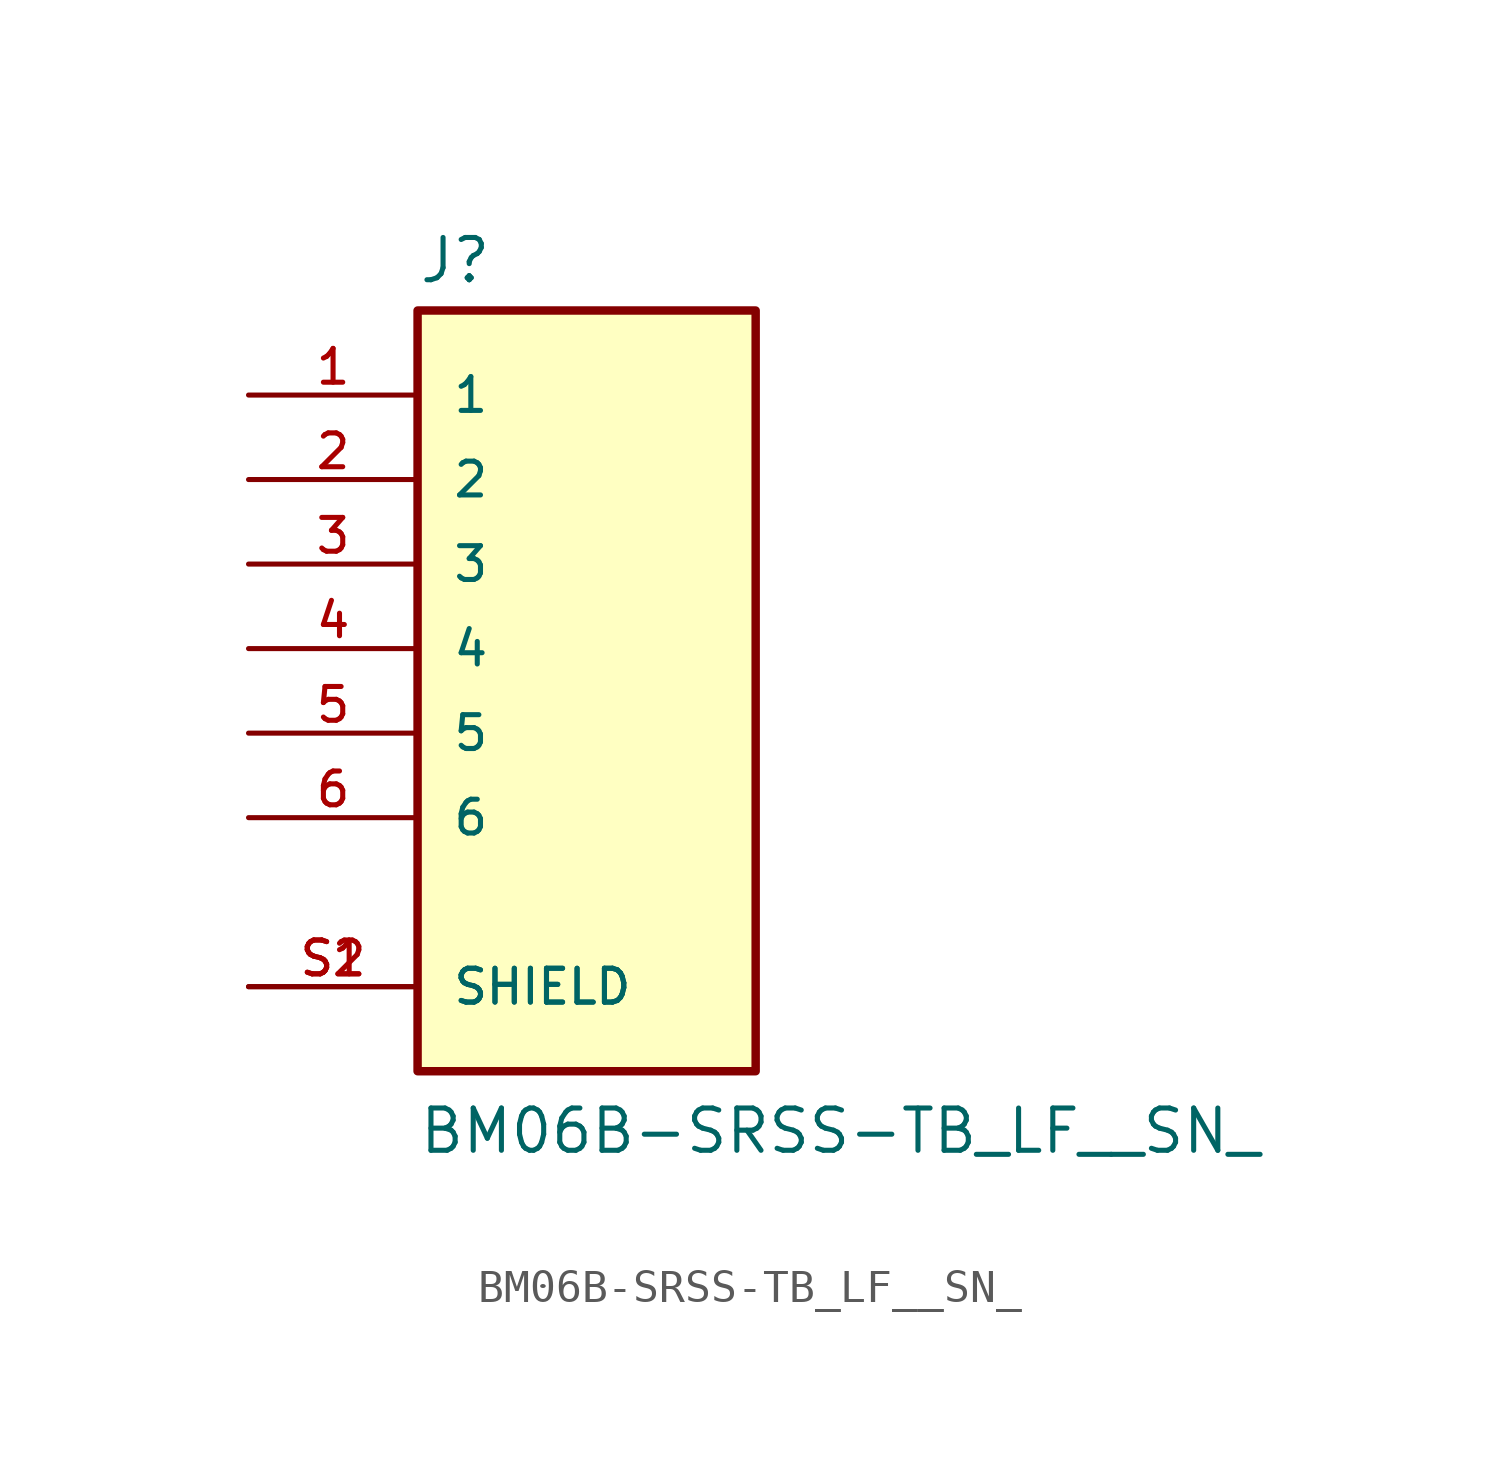
<source format=kicad_sym>
(kicad_symbol_lib
  (version 20211014)
  (generator kicad_symbol_editor)
  (symbol "BM06B-SRSS-TB_LF__SN_"
    (pin_names
      (offset 1.016))
    (property "Reference" "J"
      (at -5.08 13.462 0)
      (effects (font (size 1.27 1.27)) (justify bottom left)))
    (property "Value" "BM06B-SRSS-TB_LF__SN_"
      (at -5.08 -12.7 0)
      (effects (font (size 1.27 1.27)) (justify bottom left)))
    (symbol "BM06B-SRSS-TB_LF__SN__0_0"
      (rectangle (start -5.08 -10.16) (end 5.08 12.7) (stroke (width 0.254)) (fill (type background)))
      (pin passive line (at -10.16 10.16 0) (length 5.08) (name "1" (effects (font (size 1.016 1.016)))) (number "1" (effects (font (size 1.016 1.016)))))
      (pin passive line (at -10.16 7.62 0) (length 5.08) (name "2" (effects (font (size 1.016 1.016)))) (number "2" (effects (font (size 1.016 1.016)))))
      (pin passive line (at -10.16 5.08 0) (length 5.08) (name "3" (effects (font (size 1.016 1.016)))) (number "3" (effects (font (size 1.016 1.016)))))
      (pin passive line (at -10.16 2.54 0) (length 5.08) (name "4" (effects (font (size 1.016 1.016)))) (number "4" (effects (font (size 1.016 1.016)))))
      (pin passive line (at -10.16 0.0 0) (length 5.08) (name "5" (effects (font (size 1.016 1.016)))) (number "5" (effects (font (size 1.016 1.016)))))
      (pin passive line (at -10.16 -2.54 0) (length 5.08) (name "6" (effects (font (size 1.016 1.016)))) (number "6" (effects (font (size 1.016 1.016)))))
      (pin passive line (at -10.16 -7.62 0) (length 5.08) (name "SHIELD" (effects (font (size 1.016 1.016)))) (number "S1" (effects (font (size 1.016 1.016)))))
      (pin passive line (at -10.16 -7.62 0) (length 5.08) (name "SHIELD" (effects (font (size 1.016 1.016)))) (number "S2" (effects (font (size 1.016 1.016))))))))
</source>
